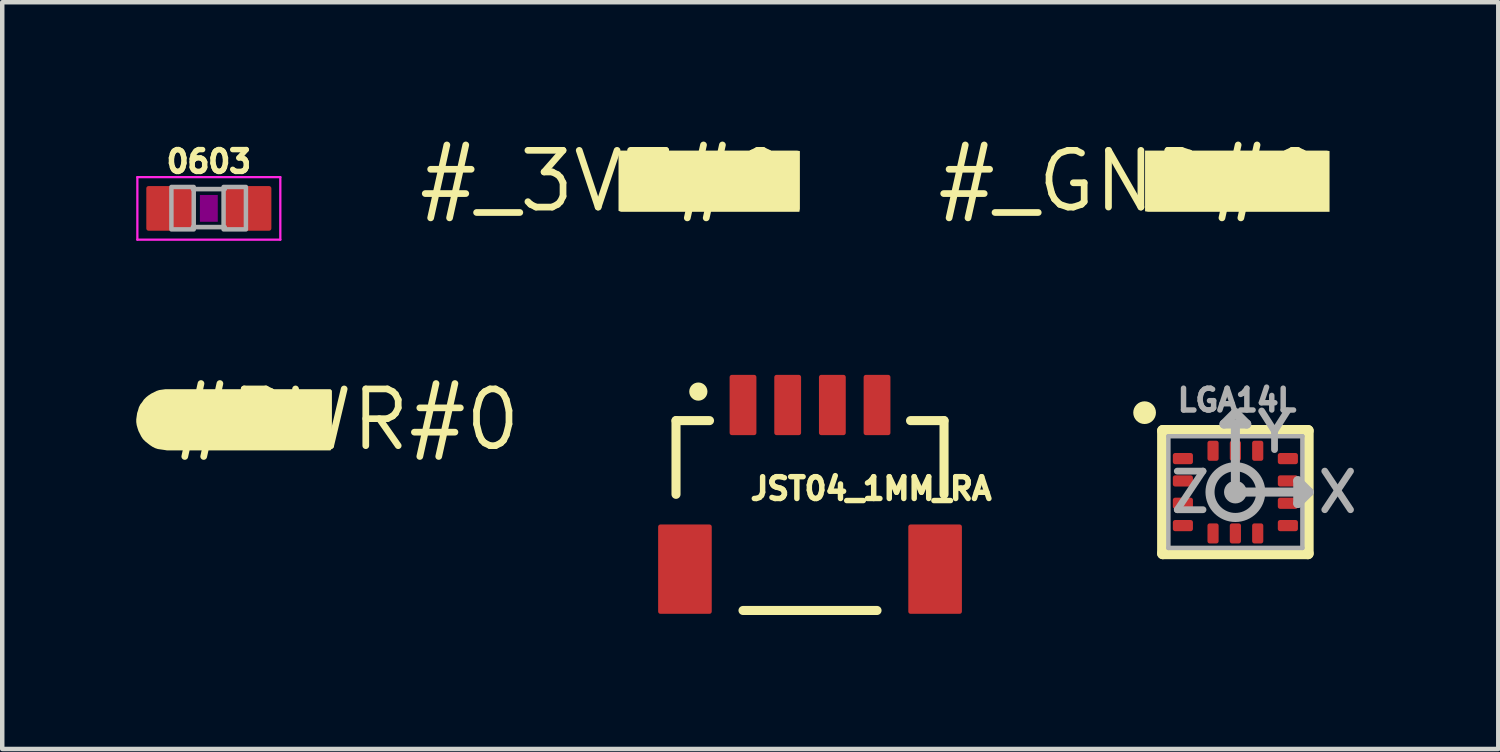
<source format=kicad_pcb>
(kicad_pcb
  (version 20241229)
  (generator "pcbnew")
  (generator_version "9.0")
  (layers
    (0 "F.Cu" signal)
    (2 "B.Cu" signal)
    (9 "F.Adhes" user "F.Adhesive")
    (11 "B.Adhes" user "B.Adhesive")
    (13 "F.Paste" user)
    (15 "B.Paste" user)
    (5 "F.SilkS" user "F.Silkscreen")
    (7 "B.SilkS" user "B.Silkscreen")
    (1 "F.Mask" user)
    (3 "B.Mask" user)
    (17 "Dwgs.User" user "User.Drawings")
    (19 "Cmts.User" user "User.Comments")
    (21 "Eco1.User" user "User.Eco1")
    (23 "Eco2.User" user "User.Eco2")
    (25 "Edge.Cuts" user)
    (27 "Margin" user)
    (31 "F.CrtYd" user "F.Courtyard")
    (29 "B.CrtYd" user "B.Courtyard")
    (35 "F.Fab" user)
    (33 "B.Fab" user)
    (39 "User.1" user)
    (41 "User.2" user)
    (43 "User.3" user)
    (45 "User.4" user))
  (footprint "JST04_1MM_RA"
    (layer "F.Cu")
    (at 15.083 6.016)
    (property "Reference" "JST04_1MM_RA" (at -1.397 2.159 0) (unlocked yes) (layer "F.SilkS") (effects (font (size 0.488 0.488) (thickness 0.122)) (justify left bottom)))
    (fp_line (start -3 0.35) (end -2.25 0.35) (stroke (width 0.203) (type solid)) (layer "F.SilkS"))
    (fp_line (start -3 2) (end -3 0.35) (stroke (width 0.203) (type solid)) (layer "F.SilkS"))
    (fp_line (start -1.5 4.6) (end 1.5 4.6) (stroke (width 0.203) (type solid)) (layer "F.SilkS"))
    (fp_line (start 2.25 0.35) (end 3 0.35) (stroke (width 0.203) (type solid)) (layer "F.SilkS"))
    (fp_line (start 3 0.35) (end 3 2) (stroke (width 0.203) (type solid)) (layer "F.SilkS"))
    (fp_circle (center -2.5 -0.3) (end -2.398 -0.3) (stroke (width 0.203) (type solid)) (fill no) (layer "F.SilkS"))
    (pad "1" smd roundrect (at -1.5 0) (size 0.6 1.35) (layers "F.Cu" "F.Mask" "F.Paste") (roundrect_rratio 0.085))
    (pad "2" smd roundrect (at -0.5 0) (size 0.6 1.35) (layers "F.Cu" "F.Mask" "F.Paste") (roundrect_rratio 0.085))
    (pad "3" smd roundrect (at 0.5 0) (size 0.6 1.35) (layers "F.Cu" "F.Mask" "F.Paste") (roundrect_rratio 0.085))
    (pad "4" smd roundrect (at 1.5 0) (size 0.6 1.35) (layers "F.Cu" "F.Mask" "F.Paste") (roundrect_rratio 0.085))
    (pad "NC1" smd roundrect (at 2.8 3.675) (size 1.2 2) (layers "F.Cu" "F.Mask" "F.Paste") (roundrect_rratio 0.042))
    (pad "NC2" smd roundrect (at -2.8 3.675) (size 1.2 2) (layers "F.Cu" "F.Mask" "F.Paste") (roundrect_rratio 0.042)))
  (footprint "#_3V3#0"
    (layer "F.Cu")
    (at 10.461 1.006)
    (property "Reference" "#_3V3#0" (at 0 0 0) (layer "F.SilkS") (effects (font (size 1.27 1.27) (thickness 0.15))))
    (fp_poly (pts (xy 4.33 -0.685) (xy 4.395 -0.674) (xy 4.395 0.62) (xy 4.384 0.685) (xy 0.389 0.685) (xy 0.335 0.663) (xy 0.335 -0.631) (xy 0.357 -0.685)) (stroke (width 0) (type default)) (fill yes) (layer "F.SilkS")))
  (footprint "#PWR#0"
    (layer "F.Cu")
    (at 4.715 6.347)
    (property "Reference" "#PWR#0" (at 0 0 0) (layer "F.SilkS") (effects (font (size 1.27 1.27) (thickness 0.15))))
    (fp_poly (pts (xy -3.538 -0.245) (xy -3.486 -0.203) (xy -3.465 -0.13) (xy -3.486 -0.067) (xy -3.528 -0.025) (xy -3.58 -0.015) (xy -3.712 -0.015) (xy -3.755 -0.048) (xy -3.755 -0.19) (xy -3.744 -0.255) (xy -3.6 -0.255)) (stroke (width 0) (type default)) (fill yes) (layer "F.SilkS"))
    (fp_poly (pts (xy -1.148 -0.255) (xy -1.086 -0.224) (xy -1.055 -0.15) (xy -1.076 -0.077) (xy -1.118 -0.035) (xy -1.19 -0.025) (xy -1.322 -0.025) (xy -1.345 -0.048) (xy -1.345 -0.254) (xy -1.28 -0.265) (xy -1.21 -0.265)) (stroke (width 0) (type default)) (fill yes) (layer "F.SilkS"))
    (fp_poly (pts (xy -0.368 -0.685) (xy -0.335 -0.652) (xy -0.335 0.642) (xy -0.367 0.685) (xy -4.03 0.685) (xy -4.091 0.675) (xy -4.161 0.665) (xy -4.231 0.655) (xy -4.292 0.635) (xy -4.353 0.604) (xy -4.413 0.564) (xy -4.463 0.524) (xy -4.513 0.484) (xy -4.564 0.433) (xy -4.604 0.373) (xy -4.665 0.252) (xy -4.685 0.191) (xy -4.705 0.121) (xy -4.715 0.05) (xy -4.715 -0.01) (xy -4.705 -0.081) (xy -4.695 -0.151) (xy -4.675 -0.211) (xy -4.655 -0.282) (xy -4.624 -0.343) (xy -4.584 -0.393) (xy -4.544 -0.453) (xy -4.493 -0.504) (xy -4.443 -0.544) (xy -4.383 -0.584) (xy -4.262 -0.645) (xy -4.201 -0.665) (xy -4.131 -0.675) (xy -4.06 -0.685)) (stroke (width 0) (type default)) (fill yes) (layer "F.SilkS")))
  (footprint "#_GND#0"
    (layer "F.Cu")
    (at 22.248 1.006)
    (property "Reference" "#_GND#0" (at 0 0 0) (layer "F.SilkS") (effects (font (size 1.27 1.27) (thickness 0.15))))
    (fp_poly (pts (xy 4.4 -0.685) (xy 4.465 -0.674) (xy 4.465 0.685) (xy 0.4 0.685) (xy 0.335 0.674) (xy 0.335 -0.685)) (stroke (width 0) (type default)) (fill yes) (layer "F.SilkS"))
    (fp_poly (pts (xy 3.623 -0.224) (xy 3.674 -0.184) (xy 3.714 -0.133) (xy 3.745 -0.072) (xy 3.755 0) (xy 3.745 0.072) (xy 3.714 0.133) (xy 3.664 0.184) (xy 3.613 0.234) (xy 3.591 0.245) (xy 3.386 0.245) (xy 3.375 0.18) (xy 3.375 -0.223) (xy 3.418 -0.255) (xy 3.561 -0.255)) (stroke (width 0) (type default)) (fill yes) (layer "F.SilkS")))
  (footprint "0603"
    (layer "F.Cu")
    (at 1.625 1.615)
    (property "Reference" "0603" (at 0 -0.762 0) (unlocked yes) (layer "F.SilkS") (effects (font (size 0.488 0.488) (thickness 0.122)) (justify bottom)))
    (fp_poly (pts (xy -0.2 0.3) (xy 0.2 0.3) (xy 0.2 -0.3) (xy -0.2 -0.3)) (stroke (width 0) (type default)) (fill yes) (layer "F.Adhes"))
    (fp_line (start -1.6 -0.7) (end 1.6 -0.7) (stroke (width 0.051) (type solid)) (layer "F.CrtYd"))
    (fp_line (start -1.6 0.7) (end -1.6 -0.7) (stroke (width 0.051) (type solid)) (layer "F.CrtYd"))
    (fp_line (start 1.6 -0.7) (end 1.6 0.7) (stroke (width 0.051) (type solid)) (layer "F.CrtYd"))
    (fp_line (start 1.6 0.7) (end -1.6 0.7) (stroke (width 0.051) (type solid)) (layer "F.CrtYd"))
    (fp_line (start -0.356 -0.432) (end 0.356 -0.432) (stroke (width 0.102) (type solid)) (layer "F.Fab"))
    (fp_line (start -0.356 0.419) (end 0.356 0.419) (stroke (width 0.102) (type solid)) (layer "F.Fab"))
    (fp_poly (pts (xy -0.838 0.47) (xy -0.338 0.47) (xy -0.338 -0.48) (xy -0.838 -0.48)) (stroke (width 0.1) (type default)) (fill no) (layer "F.Fab"))
    (fp_poly (pts (xy 0.33 0.47) (xy 0.83 0.47) (xy 0.83 -0.48) (xy 0.33 -0.48)) (stroke (width 0.1) (type default)) (fill no) (layer "F.Fab"))
    (pad "1" smd roundrect (at -0.85 0) (size 1.1 1) (layers "F.Cu" "F.Mask" "F.Paste") (roundrect_rratio 0.051))
    (pad "2" smd roundrect (at 0.85 0) (size 1.1 1) (layers "F.Cu" "F.Mask" "F.Paste") (roundrect_rratio 0.051)))
  (footprint "LGA14L"
    (layer "F.Cu")
    (at 24.605 7.966)
    (property "Reference" "LGA14L" (at -1.357 -1.772 0) (unlocked yes) (layer "F.Fab") (effects (font (size 0.488 0.488) (thickness 0.122)) (justify left bottom)))
    (fp_line (start -1.625 -1.375) (end 1.625 -1.375) (stroke (width 0.254) (type solid)) (layer "F.SilkS"))
    (fp_line (start -1.625 1.375) (end -1.625 -1.375) (stroke (width 0.254) (type solid)) (layer "F.SilkS"))
    (fp_line (start 1.625 -1.375) (end 1.625 1.375) (stroke (width 0.254) (type solid)) (layer "F.SilkS"))
    (fp_line (start 1.625 1.375) (end -1.625 1.375) (stroke (width 0.254) (type solid)) (layer "F.SilkS"))
    (fp_circle (center -2.032 -1.778) (end -1.905 -1.778) (stroke (width 0.254) (type solid)) (fill yes) (layer "F.SilkS"))
    (fp_line (start -1.5 -1.25) (end -1.5 1.25) (stroke (width 0.1) (type solid)) (layer "F.Fab"))
    (fp_line (start -1.5 1.25) (end 1.5 1.25) (stroke (width 0.1) (type solid)) (layer "F.Fab"))
    (fp_line (start -0.254 -1.524) (end 0 -1.778) (stroke (width 0.203) (type solid)) (layer "F.Fab"))
    (fp_line (start 0 -1.778) (end 0.254 -1.524) (stroke (width 0.203) (type solid)) (layer "F.Fab"))
    (fp_line (start 0 -1.524) (end -0.254 -1.524) (stroke (width 0.203) (type solid)) (layer "F.Fab"))
    (fp_line (start 0 -0.254) (end 0 -1.524) (stroke (width 0.203) (type solid)) (layer "F.Fab"))
    (fp_line (start 0.127 0) (end 1.397 0) (stroke (width 0.203) (type solid)) (layer "F.Fab"))
    (fp_line (start 0.254 -1.524) (end 0 -1.524) (stroke (width 0.203) (type solid)) (layer "F.Fab"))
    (fp_line (start 1.397 -0.254) (end 1.651 0) (stroke (width 0.203) (type solid)) (layer "F.Fab"))
    (fp_line (start 1.397 0) (end 1.397 -0.254) (stroke (width 0.203) (type solid)) (layer "F.Fab"))
    (fp_line (start 1.397 0.254) (end 1.397 0) (stroke (width 0.203) (type solid)) (layer "F.Fab"))
    (fp_line (start 1.5 -1.25) (end -1.5 -1.25) (stroke (width 0.1) (type solid)) (layer "F.Fab"))
    (fp_line (start 1.5 1.25) (end 1.5 -1.25) (stroke (width 0.1) (type solid)) (layer "F.Fab"))
    (fp_line (start 1.651 0) (end 1.397 0.254) (stroke (width 0.203) (type solid)) (layer "F.Fab"))
    (fp_circle (center 0 0) (end 0.127 0) (stroke (width 0.254) (type solid)) (fill no) (layer "F.Fab"))
    (fp_circle (center 0 0) (end 0.568 0) (stroke (width 0.203) (type solid)) (fill no) (layer "F.Fab"))
    (fp_text user "Y" (at 0.406 -0.838 0) (unlocked yes) (layer "F.Fab") (effects (font (size 0.864 0.864) (thickness 0.152)) (justify left bottom)))
    (fp_text user "X" (at 1.778 0.508 0) (unlocked yes) (layer "F.Fab") (effects (font (size 0.864 0.864) (thickness 0.152)) (justify left bottom)))
    (fp_text user "Z" (at -1.524 0.508 0) (unlocked yes) (layer "F.Fab") (effects (font (size 0.864 0.864) (thickness 0.152)) (justify left bottom)))
    (pad "1" smd roundrect (at -1.175 -0.75 180) (size 0.45 0.25) (layers "F.Cu" "F.Mask" "F.Paste") (roundrect_rratio 0.203))
    (pad "2" smd roundrect (at -1.175 -0.25 180) (size 0.45 0.25) (layers "F.Cu" "F.Mask" "F.Paste") (roundrect_rratio 0.203))
    (pad "3" smd roundrect (at -1.175 0.25 180) (size 0.45 0.25) (layers "F.Cu" "F.Mask" "F.Paste") (roundrect_rratio 0.203))
    (pad "4" smd roundrect (at -1.175 0.75 180) (size 0.45 0.25) (layers "F.Cu" "F.Mask" "F.Paste") (roundrect_rratio 0.203))
    (pad "5" smd roundrect (at -0.5 0.925 90) (size 0.45 0.25) (layers "F.Cu" "F.Mask" "F.Paste") (roundrect_rratio 0.203))
    (pad "6" smd roundrect (at 0 0.925 90) (size 0.45 0.25) (layers "F.Cu" "F.Mask" "F.Paste") (roundrect_rratio 0.203))
    (pad "7" smd roundrect (at 0.5 0.925 90) (size 0.45 0.25) (layers "F.Cu" "F.Mask" "F.Paste") (roundrect_rratio 0.203))
    (pad "8" smd roundrect (at 1.175 0.75 180) (size 0.45 0.25) (layers "F.Cu" "F.Mask" "F.Paste") (roundrect_rratio 0.203))
    (pad "9" smd roundrect (at 1.175 0.25 180) (size 0.45 0.25) (layers "F.Cu" "F.Mask" "F.Paste") (roundrect_rratio 0.203))
    (pad "10" smd roundrect (at 1.175 -0.25 180) (size 0.45 0.25) (layers "F.Cu" "F.Mask" "F.Paste") (roundrect_rratio 0.203))
    (pad "11" smd roundrect (at 1.175 -0.75 180) (size 0.45 0.25) (layers "F.Cu" "F.Mask" "F.Paste") (roundrect_rratio 0.203))
    (pad "12" smd roundrect (at 0.5 -0.925 90) (size 0.45 0.25) (layers "F.Cu" "F.Mask" "F.Paste") (roundrect_rratio 0.203))
    (pad "13" smd roundrect (at 0 -0.925 90) (size 0.45 0.25) (layers "F.Cu" "F.Mask" "F.Paste") (roundrect_rratio 0.203))
    (pad "14" smd roundrect (at -0.5 -0.925 90) (size 0.45 0.25) (layers "F.Cu" "F.Mask" "F.Paste") (roundrect_rratio 0.203))
    (zone (net_name "") (layer "F.Cu") (hatch edge 0.5) (connect_pads) (min_thickness 0.25) (filled_areas_thickness no) (keepout (tracks not_allowed) (vias not_allowed) (pads not_allowed) (copperpour not_allowed) (footprints allowed)) (placement (enabled no)) (fill) (polygon (pts (xy 23.105 6.986) (xy 23.865 6.986) (xy 23.865 6.716) (xy 23.105 6.716))))
    (zone (net_name "") (layer "F.Cu") (hatch edge 0.5) (connect_pads) (min_thickness 0.25) (filled_areas_thickness no) (keepout (tracks not_allowed) (vias not_allowed) (pads not_allowed) (copperpour not_allowed) (footprints allowed)) (placement (enabled no)) (fill) (polygon (pts (xy 23.105 9.216) (xy 23.865 9.216) (xy 23.865 8.946) (xy 23.105 8.946))))
    (zone (net_name "") (layer "F.Cu") (hatch edge 0.5) (connect_pads) (min_thickness 0.25) (filled_areas_thickness no) (keepout (tracks not_allowed) (vias not_allowed) (pads not_allowed) (copperpour not_allowed) (footprints allowed)) (placement (enabled no)) (fill) (polygon (pts (xy 23.775 7.386) (xy 23.865 7.386) (xy 23.865 6.986) (xy 23.775 6.986))))
    (zone (net_name "") (layer "F.Cu") (hatch edge 0.5) (connect_pads) (min_thickness 0.25) (filled_areas_thickness no) (keepout (tracks not_allowed) (vias not_allowed) (pads not_allowed) (copperpour not_allowed) (footprints allowed)) (placement (enabled no)) (fill) (polygon (pts (xy 23.775 8.546) (xy 25.435 8.546) (xy 25.435 7.386) (xy 23.775 7.386))))
    (zone (net_name "") (layer "F.Cu") (hatch edge 0.5) (connect_pads) (min_thickness 0.25) (filled_areas_thickness no) (keepout (tracks not_allowed) (vias not_allowed) (pads not_allowed) (copperpour not_allowed) (footprints allowed)) (placement (enabled no)) (fill) (polygon (pts (xy 23.775 8.946) (xy 23.865 8.946) (xy 23.865 8.546) (xy 23.775 8.546))))
    (zone (net_name "") (layer "F.Cu") (hatch edge 0.5) (connect_pads) (min_thickness 0.25) (filled_areas_thickness no) (keepout (tracks not_allowed) (vias not_allowed) (pads not_allowed) (copperpour not_allowed) (footprints allowed)) (placement (enabled no)) (fill) (polygon (pts (xy 25.345 6.986) (xy 26.105 6.986) (xy 26.105 6.716) (xy 25.345 6.716))))
    (zone (net_name "") (layer "F.Cu") (hatch edge 0.5) (connect_pads) (min_thickness 0.25) (filled_areas_thickness no) (keepout (tracks not_allowed) (vias not_allowed) (pads not_allowed) (copperpour not_allowed) (footprints allowed)) (placement (enabled no)) (fill) (polygon (pts (xy 25.345 7.386) (xy 25.435 7.386) (xy 25.435 6.986) (xy 25.345 6.986))))
    (zone (net_name "") (layer "F.Cu") (hatch edge 0.5) (connect_pads) (min_thickness 0.25) (filled_areas_thickness no) (keepout (tracks not_allowed) (vias not_allowed) (pads not_allowed) (copperpour not_allowed) (footprints allowed)) (placement (enabled no)) (fill) (polygon (pts (xy 25.345 8.946) (xy 25.435 8.946) (xy 25.435 8.546) (xy 25.345 8.546))))
    (zone (net_name "") (layer "F.Cu") (hatch edge 0.5) (connect_pads) (min_thickness 0.25) (filled_areas_thickness no) (keepout (tracks not_allowed) (vias not_allowed) (pads not_allowed) (copperpour not_allowed) (footprints allowed)) (placement (enabled no)) (fill) (polygon (pts (xy 25.345 9.216) (xy 26.105 9.216) (xy 26.105 8.946) (xy 25.345 8.946)))))
  (gr_rect
    (start -3 -3)
    (end 30.49 13.717)
    (stroke (width 0.1) (type default))
    (fill no)
    (layer "Edge.Cuts")))
</source>
